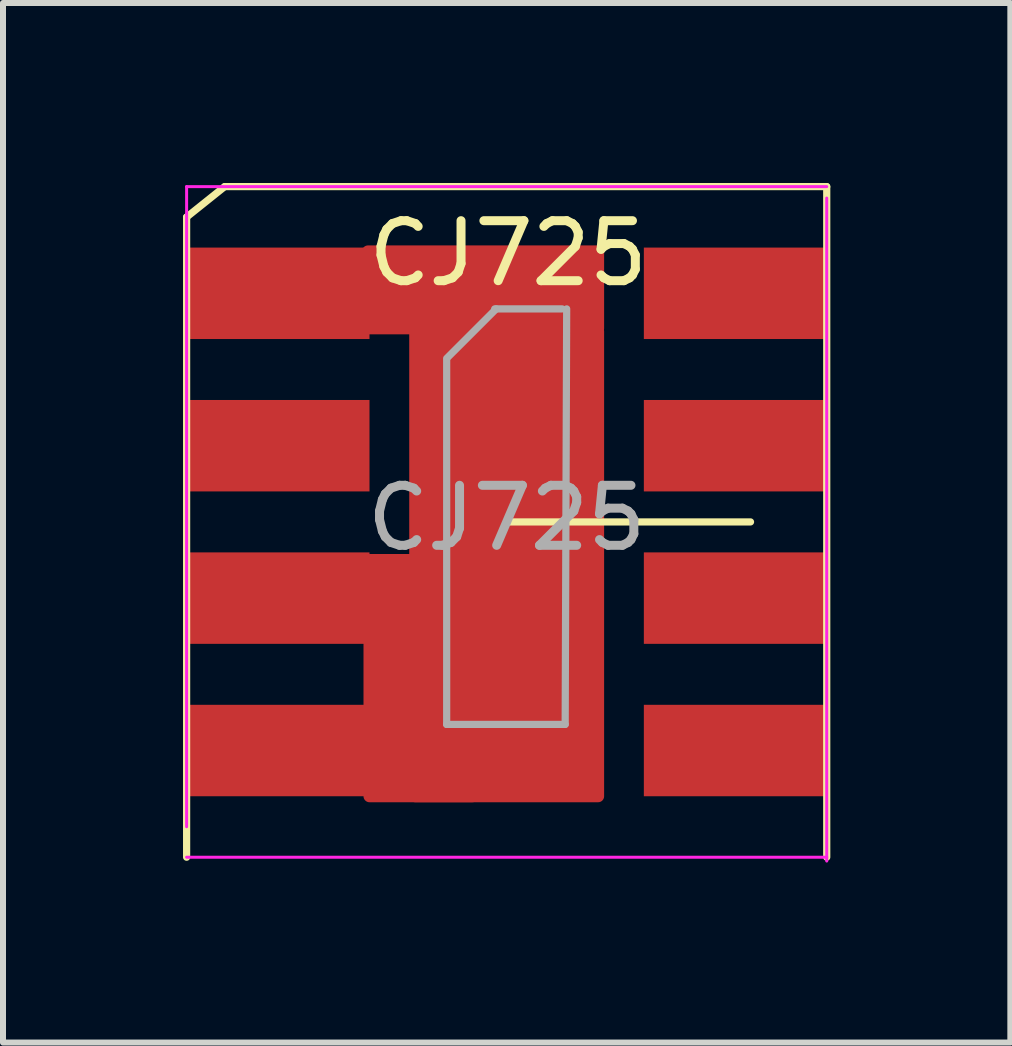
<source format=kicad_pcb>
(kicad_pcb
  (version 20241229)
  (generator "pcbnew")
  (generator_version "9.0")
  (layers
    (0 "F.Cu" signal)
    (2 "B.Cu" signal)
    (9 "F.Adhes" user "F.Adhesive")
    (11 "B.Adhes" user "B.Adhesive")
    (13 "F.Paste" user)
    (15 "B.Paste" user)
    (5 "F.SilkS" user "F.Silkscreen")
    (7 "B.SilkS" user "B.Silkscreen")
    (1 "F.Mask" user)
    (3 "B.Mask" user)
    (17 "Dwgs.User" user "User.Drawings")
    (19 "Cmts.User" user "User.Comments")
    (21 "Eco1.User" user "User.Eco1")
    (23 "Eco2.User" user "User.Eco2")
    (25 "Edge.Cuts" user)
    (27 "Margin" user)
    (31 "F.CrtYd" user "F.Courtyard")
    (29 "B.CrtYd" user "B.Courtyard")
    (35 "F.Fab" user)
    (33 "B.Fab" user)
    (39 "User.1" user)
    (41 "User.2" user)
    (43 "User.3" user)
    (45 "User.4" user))
  (footprint "CJ725"
    (layer "F.Cu")
    (at 5.394 5.648)
    (property "Reference" "CJ725" (at 0.025 -4.475 0) (layer "F.SilkS") (effects (font (size 1 1) (thickness 0.15))))
    (attr smd)
    (fp_rect (start -2.311 -4.508) (end 1.524 -3.226) (stroke (width 0.2) (type solid)) (fill yes) (layer "F.Cu"))
    (fp_rect (start -2.286 0.635) (end -0.572 4.572) (stroke (width 0.2) (type solid)) (fill yes) (layer "F.Cu"))
    (fp_rect (start -1.524 -3.175) (end 1.524 4.572) (stroke (width 0.2) (type solid)) (fill yes) (layer "F.Cu"))
    (fp_line (start -5.334 -5.08) (end -5.334 5.588) (stroke (width 0.12) (type solid)) (layer "F.SilkS"))
    (fp_line (start -4.699 -5.588) (end -5.334 -5.08) (stroke (width 0.12) (type solid)) (layer "F.SilkS"))
    (fp_line (start -4.699 -5.588) (end 5.334 -5.588) (stroke (width 0.12) (type solid)) (layer "F.SilkS"))
    (fp_line (start 0 0) (end 4.064 0) (stroke (width 0.12) (type solid)) (layer "F.SilkS"))
    (fp_line (start 5.334 5.588) (end 5.334 -5.588) (stroke (width 0.12) (type solid)) (layer "F.SilkS"))
    (fp_line (start -5.334 -5.588) (end -5.334 5.08) (stroke (width 0.05) (type solid)) (layer "F.CrtYd"))
    (fp_line (start -5.334 -5.588) (end 5.334 -5.588) (stroke (width 0.05) (type solid)) (layer "F.CrtYd"))
    (fp_line (start 5.334 5.588) (end -5.334 5.588) (stroke (width 0.05) (type solid)) (layer "F.CrtYd"))
    (fp_line (start 5.334 5.652) (end 5.334 -5.397) (stroke (width 0.05) (type solid)) (layer "F.CrtYd"))
    (fp_line (start -1 3.375) (end -1 -2.725) (stroke (width 0.12) (type solid)) (layer "F.Fab"))
    (fp_line (start -0.975 -2.75) (end -0.175 -3.55) (stroke (width 0.12) (type solid)) (layer "F.Fab"))
    (fp_line (start -0.2 -3.55) (end 0.925 -3.55) (stroke (width 0.12) (type solid)) (layer "F.Fab"))
    (fp_line (start 0.975 3.375) (end -1 3.375) (stroke (width 0.12) (type solid)) (layer "F.Fab"))
    (fp_line (start 1 -3.55) (end 0.975 3.375) (stroke (width 0.12) (type solid)) (layer "F.Fab"))
    (fp_text user "${REFERENCE}" (at 0 -0.065 0) (layer "F.Fab") (effects (font (size 1 1) (thickness 0.15))))
    (pad "1" smd rect (at -3.81 -3.81) (size 3.048 1.524) (layers "F.Cu" "F.Mask" "F.Paste"))
    (pad "2" smd rect (at -3.81 -1.27) (size 3.048 1.524) (layers "F.Cu" "F.Mask" "F.Paste"))
    (pad "3" smd rect (at -3.81 1.27) (size 3.048 1.524) (layers "F.Cu" "F.Mask" "F.Paste"))
    (pad "4" smd rect (at -3.81 3.81) (size 3.048 1.524) (layers "F.Cu" "F.Mask" "F.Paste"))
    (pad "5" smd rect (at 3.81 3.81) (size 3.048 1.524) (layers "F.Cu" "F.Mask" "F.Paste"))
    (pad "6" smd rect (at 3.81 1.27) (size 3.048 1.524) (layers "F.Cu" "F.Mask" "F.Paste"))
    (pad "7" smd rect (at 3.81 -1.27) (size 3.048 1.524) (layers "F.Cu" "F.Mask" "F.Paste"))
    (pad "8" smd rect (at 3.81 -3.81) (size 3.048 1.524) (layers "F.Cu" "F.Mask" "F.Paste")))
  (gr_rect
    (start -3 -3)
    (end 13.788 14.325)
    (stroke (width 0.1) (type default))
    (fill no)
    (layer "Edge.Cuts")))
</source>
